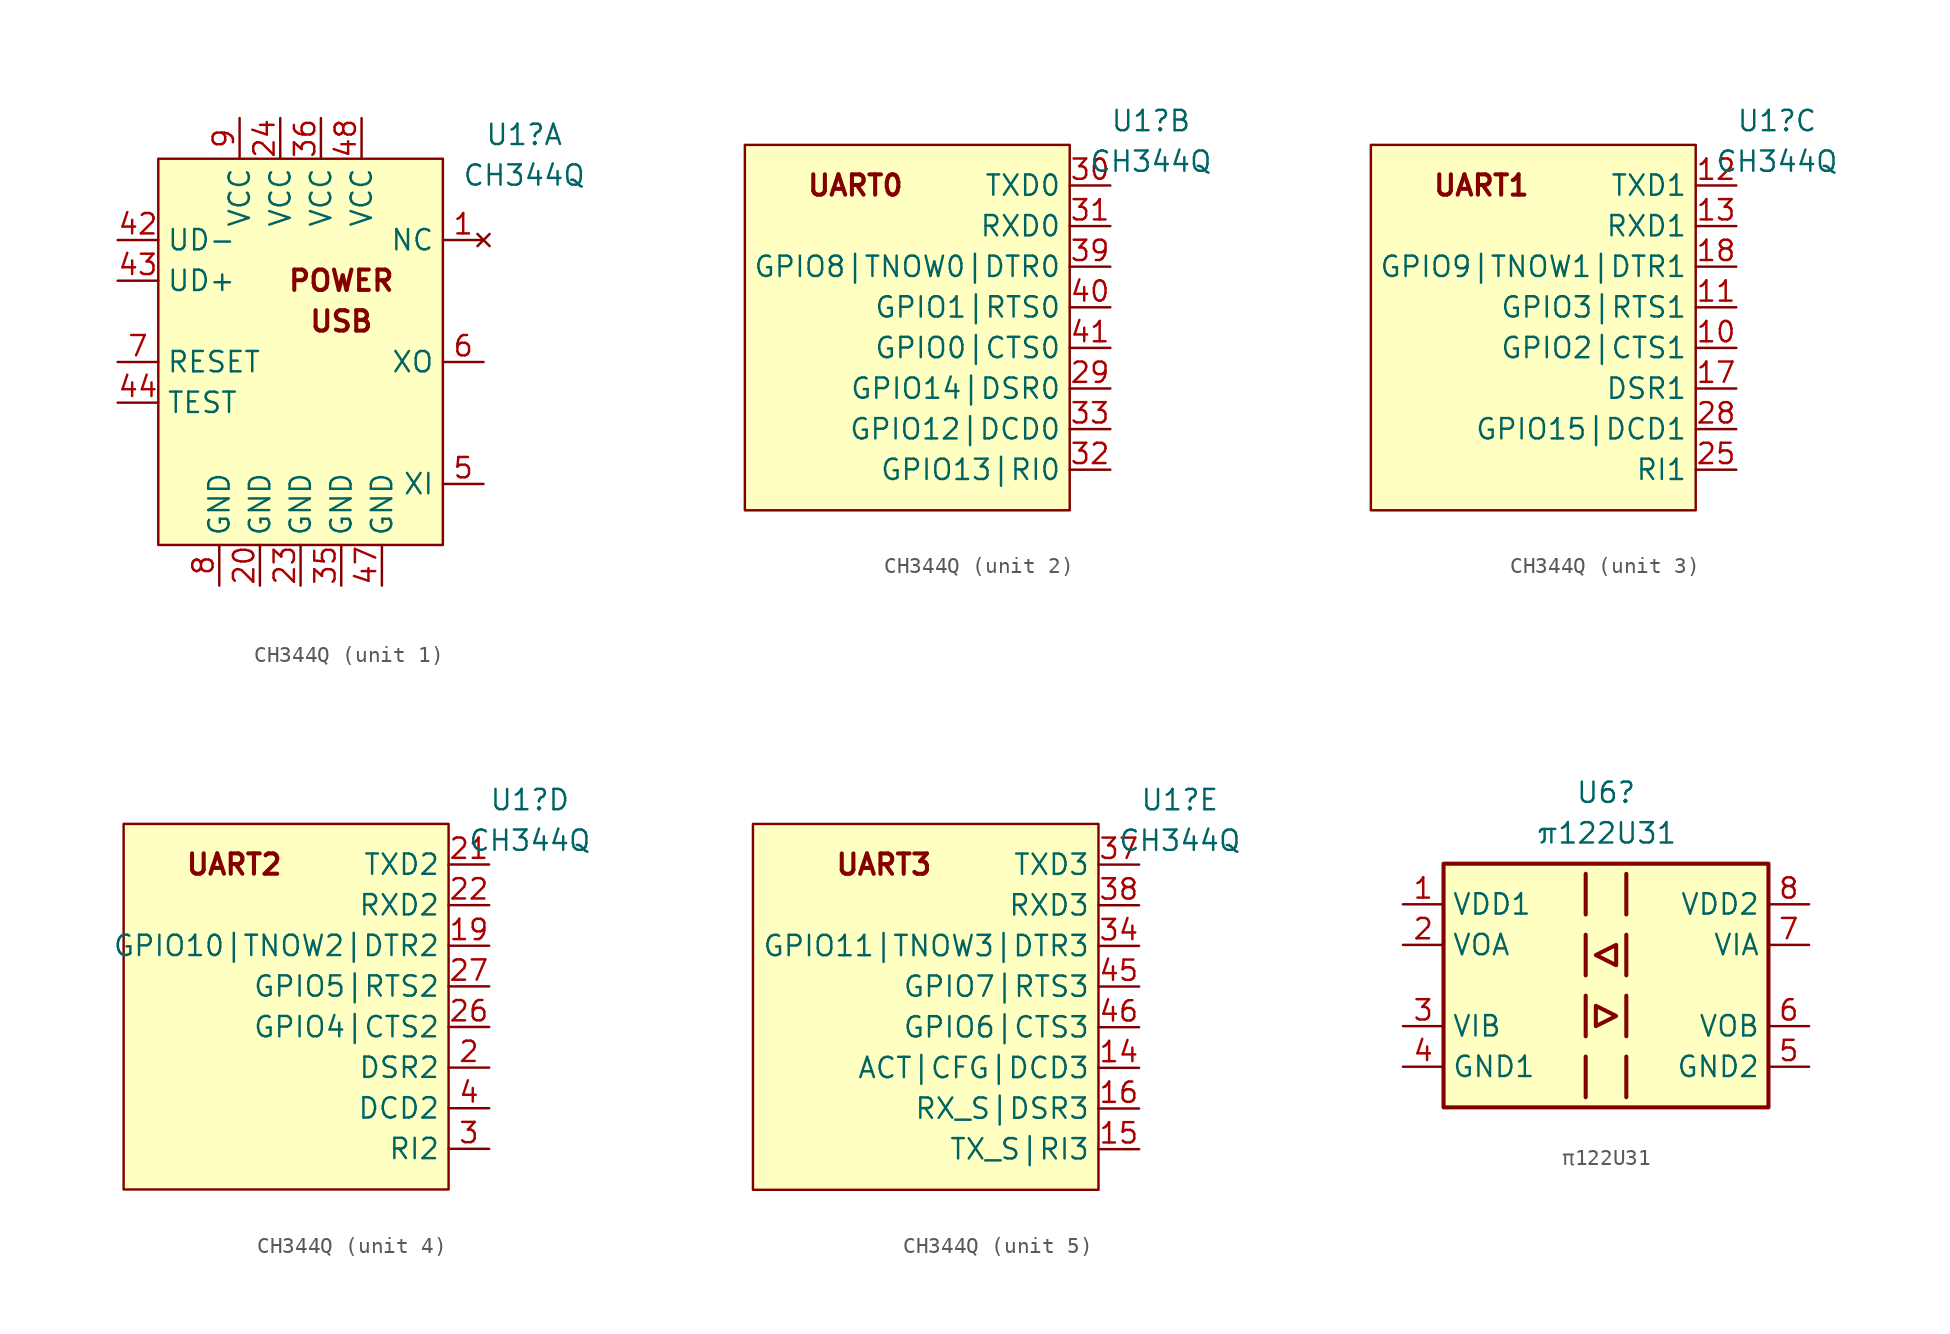
<source format=kicad_sym>
(kicad_symbol_lib
  (version 20220914)
  (generator kicad_symbol_editor)
  (symbol "CH344Q"
    (property "Reference" "U1"
      (at 13.97 9.119 0)
      (effects (font (size 1.27 1.27))))
    (property "Value" "CH344Q"
      (at 13.97 6.579 0)
      (effects (font (size 1.27 1.27))))
    (property "ki_locked" ""
      (at 0 0 0)
      (effects (font (size 1.27 1.27))))
    (symbol "CH344Q_1_0"
      (text "POWER" (at 2.54 0 0) (effects (font (size 1.27 1.27) bold)))
      (text "USB" (at 2.54 -2.54 0) (effects (font (size 1.27 1.27) bold))))
    (symbol "CH344Q_1_1"
      (rectangle (start -8.89 7.62) (end 8.89 -16.51) (stroke (width 0) (type default)) (fill (type background)))
      (pin no_connect line (at 11.43 2.54 180) (length 2.54) (name "NC" (effects (font (size 1.27 1.27)))) (number "1" (effects (font (size 1.27 1.27)))))
      (pin power_in line (at -2.54 -19.05 90) (length 2.54) (name "GND" (effects (font (size 1.27 1.27)))) (number "20" (effects (font (size 1.27 1.27)))))
      (pin power_in line (at 0 -19.05 90) (length 2.54) (name "GND" (effects (font (size 1.27 1.27)))) (number "23" (effects (font (size 1.27 1.27)))))
      (pin power_in line (at -1.27 10.16 270) (length 2.54) (name "VCC" (effects (font (size 1.27 1.27)))) (number "24" (effects (font (size 1.27 1.27)))))
      (pin power_in line (at 2.54 -19.05 90) (length 2.54) (name "GND" (effects (font (size 1.27 1.27)))) (number "35" (effects (font (size 1.27 1.27)))))
      (pin power_in line (at 1.27 10.16 270) (length 2.54) (name "VCC" (effects (font (size 1.27 1.27)))) (number "36" (effects (font (size 1.27 1.27)))))
      (pin bidirectional line (at -11.43 2.54 0) (length 2.54) (name "UD-" (effects (font (size 1.27 1.27)))) (number "42" (effects (font (size 1.27 1.27)))))
      (pin bidirectional line (at -11.43 0 0) (length 2.54) (name "UD+" (effects (font (size 1.27 1.27)))) (number "43" (effects (font (size 1.27 1.27)))))
      (pin passive line (at -11.43 -7.62 0) (length 2.54) (name "TEST" (effects (font (size 1.27 1.27)))) (number "44" (effects (font (size 1.27 1.27)))))
      (pin power_in line (at 5.08 -19.05 90) (length 2.54) (name "GND" (effects (font (size 1.27 1.27)))) (number "47" (effects (font (size 1.27 1.27)))))
      (pin power_in line (at 3.81 10.16 270) (length 2.54) (name "VCC" (effects (font (size 1.27 1.27)))) (number "48" (effects (font (size 1.27 1.27)))))
      (pin passive line (at 11.43 -12.7 180) (length 2.54) (name "XI" (effects (font (size 1.27 1.27)))) (number "5" (effects (font (size 1.27 1.27)))))
      (pin passive line (at 11.43 -5.08 180) (length 2.54) (name "XO" (effects (font (size 1.27 1.27)))) (number "6" (effects (font (size 1.27 1.27)))))
      (pin input line (at -11.43 -5.08 0) (length 2.54) (name "RESET" (effects (font (size 1.27 1.27)))) (number "7" (effects (font (size 1.27 1.27)))))
      (pin power_in line (at -5.08 -19.05 90) (length 2.54) (name "GND" (effects (font (size 1.27 1.27)))) (number "8" (effects (font (size 1.27 1.27)))))
      (pin power_in line (at -3.81 10.16 270) (length 2.54) (name "VCC" (effects (font (size 1.27 1.27)))) (number "9" (effects (font (size 1.27 1.27))))))
    (symbol "CH344Q_2_0"
      (rectangle (start -11.43 7.62) (end 8.89 -15.24) (stroke (width 0) (type default)) (fill (type background)))
      (text "UART0" (at -7.62 5.08 0) (effects (font (size 1.27 1.27) bold) (justify left))))
    (symbol "CH344Q_2_1"
      (pin passive line (at 11.43 -7.62 180) (length 2.54) (name "GPIO14|DSR0" (effects (font (size 1.27 1.27)))) (number "29" (effects (font (size 1.27 1.27)))))
      (pin output line (at 11.43 5.08 180) (length 2.54) (name "TXD0" (effects (font (size 1.27 1.27)))) (number "30" (effects (font (size 1.27 1.27)))))
      (pin input line (at 11.43 2.54 180) (length 2.54) (name "RXD0" (effects (font (size 1.27 1.27)))) (number "31" (effects (font (size 1.27 1.27)))))
      (pin passive line (at 11.43 -12.7 180) (length 2.54) (name "GPIO13|RI0" (effects (font (size 1.27 1.27)))) (number "32" (effects (font (size 1.27 1.27)))))
      (pin passive line (at 11.43 -10.16 180) (length 2.54) (name "GPIO12|DCD0" (effects (font (size 1.27 1.27)))) (number "33" (effects (font (size 1.27 1.27)))))
      (pin passive line (at 11.43 0 180) (length 2.54) (name "GPIO8|TNOW0|DTR0" (effects (font (size 1.27 1.27)))) (number "39" (effects (font (size 1.27 1.27)))))
      (pin passive line (at 11.43 -2.54 180) (length 2.54) (name "GPIO1|RTS0" (effects (font (size 1.27 1.27)))) (number "40" (effects (font (size 1.27 1.27)))))
      (pin passive line (at 11.43 -5.08 180) (length 2.54) (name "GPIO0|CTS0" (effects (font (size 1.27 1.27)))) (number "41" (effects (font (size 1.27 1.27))))))
    (symbol "CH344Q_3_0"
      (rectangle (start -11.43 7.62) (end 8.89 -15.24) (stroke (width 0) (type default)) (fill (type background)))
      (text "UART1" (at -7.62 5.08 0) (effects (font (size 1.27 1.27) bold) (justify left))))
    (symbol "CH344Q_3_1"
      (pin output line (at 11.43 -5.08 180) (length 2.54) (name "GPIO2|CTS1" (effects (font (size 1.27 1.27)))) (number "10" (effects (font (size 1.27 1.27)))))
      (pin output line (at 11.43 -2.54 180) (length 2.54) (name "GPIO3|RTS1" (effects (font (size 1.27 1.27)))) (number "11" (effects (font (size 1.27 1.27)))))
      (pin output line (at 11.43 5.08 180) (length 2.54) (name "TXD1" (effects (font (size 1.27 1.27)))) (number "12" (effects (font (size 1.27 1.27)))))
      (pin input line (at 11.43 2.54 180) (length 2.54) (name "RXD1" (effects (font (size 1.27 1.27)))) (number "13" (effects (font (size 1.27 1.27)))))
      (pin passive line (at 11.43 -7.62 180) (length 2.54) (name "DSR1" (effects (font (size 1.27 1.27)))) (number "17" (effects (font (size 1.27 1.27)))))
      (pin output line (at 11.43 0 180) (length 2.54) (name "GPIO9|TNOW1|DTR1" (effects (font (size 1.27 1.27)))) (number "18" (effects (font (size 1.27 1.27)))))
      (pin passive line (at 11.43 -12.7 180) (length 2.54) (name "RI1" (effects (font (size 1.27 1.27)))) (number "25" (effects (font (size 1.27 1.27)))))
      (pin passive line (at 11.43 -10.16 180) (length 2.54) (name "GPIO15|DCD1" (effects (font (size 1.27 1.27)))) (number "28" (effects (font (size 1.27 1.27))))))
    (symbol "CH344Q_4_0"
      (rectangle (start -11.43 7.62) (end 8.89 -15.24) (stroke (width 0) (type default)) (fill (type background)))
      (text "UART2" (at -7.62 5.08 0) (effects (font (size 1.27 1.27) bold) (justify left))))
    (symbol "CH344Q_4_1"
      (pin passive line (at 11.43 0 180) (length 2.54) (name "GPIO10|TNOW2|DTR2" (effects (font (size 1.27 1.27)))) (number "19" (effects (font (size 1.27 1.27)))))
      (pin passive line (at 11.43 -7.62 180) (length 2.54) (name "DSR2" (effects (font (size 1.27 1.27)))) (number "2" (effects (font (size 1.27 1.27)))))
      (pin output line (at 11.43 5.08 180) (length 2.54) (name "TXD2" (effects (font (size 1.27 1.27)))) (number "21" (effects (font (size 1.27 1.27)))))
      (pin input line (at 11.43 2.54 180) (length 2.54) (name "RXD2" (effects (font (size 1.27 1.27)))) (number "22" (effects (font (size 1.27 1.27)))))
      (pin passive line (at 11.43 -5.08 180) (length 2.54) (name "GPIO4|CTS2" (effects (font (size 1.27 1.27)))) (number "26" (effects (font (size 1.27 1.27)))))
      (pin passive line (at 11.43 -2.54 180) (length 2.54) (name "GPIO5|RTS2" (effects (font (size 1.27 1.27)))) (number "27" (effects (font (size 1.27 1.27)))))
      (pin passive line (at 11.43 -12.7 180) (length 2.54) (name "RI2" (effects (font (size 1.27 1.27)))) (number "3" (effects (font (size 1.27 1.27)))))
      (pin passive line (at 11.43 -10.16 180) (length 2.54) (name "DCD2" (effects (font (size 1.27 1.27)))) (number "4" (effects (font (size 1.27 1.27))))))
    (symbol "CH344Q_5_0"
      (rectangle (start -12.7 7.62) (end 8.89 -15.24) (stroke (width 0) (type default)) (fill (type background)))
      (text "UART3" (at -7.62 5.08 0) (effects (font (size 1.27 1.27) bold) (justify left))))
    (symbol "CH344Q_5_1"
      (pin passive line (at 11.43 -7.62 180) (length 2.54) (name "ACT|CFG|DCD3" (effects (font (size 1.27 1.27)))) (number "14" (effects (font (size 1.27 1.27)))))
      (pin passive line (at 11.43 -12.7 180) (length 2.54) (name "TX_S|RI3" (effects (font (size 1.27 1.27)))) (number "15" (effects (font (size 1.27 1.27)))))
      (pin passive line (at 11.43 -10.16 180) (length 2.54) (name "RX_S|DSR3" (effects (font (size 1.27 1.27)))) (number "16" (effects (font (size 1.27 1.27)))))
      (pin passive line (at 11.43 0 180) (length 2.54) (name "GPIO11|TNOW3|DTR3" (effects (font (size 1.27 1.27)))) (number "34" (effects (font (size 1.27 1.27)))))
      (pin output line (at 11.43 5.08 180) (length 2.54) (name "TXD3" (effects (font (size 1.27 1.27)))) (number "37" (effects (font (size 1.27 1.27)))))
      (pin input line (at 11.43 2.54 180) (length 2.54) (name "RXD3" (effects (font (size 1.27 1.27)))) (number "38" (effects (font (size 1.27 1.27)))))
      (pin passive line (at 11.43 -2.54 180) (length 2.54) (name "GPIO7|RTS3" (effects (font (size 1.27 1.27)))) (number "45" (effects (font (size 1.27 1.27)))))
      (pin passive line (at 11.43 -5.08 180) (length 2.54) (name "GPIO6|CTS3" (effects (font (size 1.27 1.27)))) (number "46" (effects (font (size 1.27 1.27)))))))
  (symbol "π122U31"
    (property "Reference" "U6"
      (at 0 12.065 0)
      (effects (font (size 1.27 1.27))))
    (property "Value" "π122U31"
      (at 0 9.525 0)
      (effects (font (size 1.27 1.27))))
    (symbol "π122U31_0_1"
      (rectangle (start -10.16 7.62) (end 10.16 -7.62) (stroke (width 0.254) (type default)) (fill (type background)))
      (polyline (pts (xy -1.27 -4.445) (xy -1.27 -6.985)) (stroke (width 0.254) (type default)) (fill (type none)))
      (polyline (pts (xy -1.27 -0.635) (xy -1.27 -3.175)) (stroke (width 0.254) (type default)) (fill (type none)))
      (polyline (pts (xy -1.27 3.175) (xy -1.27 0.635)) (stroke (width 0.254) (type default)) (fill (type none)))
      (polyline (pts (xy -1.27 6.985) (xy -1.27 4.445)) (stroke (width 0.254) (type default)) (fill (type none)))
      (polyline (pts (xy 1.27 -4.445) (xy 1.27 -6.985)) (stroke (width 0.254) (type default)) (fill (type none)))
      (polyline (pts (xy 1.27 -0.635) (xy 1.27 -3.175)) (stroke (width 0.254) (type default)) (fill (type none)))
      (polyline (pts (xy 1.27 3.175) (xy 1.27 0.635)) (stroke (width 0.254) (type default)) (fill (type none)))
      (polyline (pts (xy 1.27 6.985) (xy 1.27 4.445)) (stroke (width 0.254) (type default)) (fill (type none)))
      (polyline (pts (xy -0.635 -1.27) (xy -0.635 -2.54) (xy 0.635 -1.905) (xy -0.635 -1.27)) (stroke (width 0.254) (type default)) (fill (type none)))
      (polyline (pts (xy 0.635 1.27) (xy -0.635 1.905) (xy 0.635 2.54) (xy 0.635 1.27)) (stroke (width 0.254) (type default)) (fill (type none))))
    (symbol "π122U31_1_1"
      (pin power_in line (at -12.7 5.08 0) (length 2.54) (name "VDD1" (effects (font (size 1.27 1.27)))) (number "1" (effects (font (size 1.27 1.27)))))
      (pin output line (at -12.7 2.54 0) (length 2.54) (name "VOA" (effects (font (size 1.27 1.27)))) (number "2" (effects (font (size 1.27 1.27)))))
      (pin input line (at -12.7 -2.54 0) (length 2.54) (name "VIB" (effects (font (size 1.27 1.27)))) (number "3" (effects (font (size 1.27 1.27)))))
      (pin power_in line (at -12.7 -5.08 0) (length 2.54) (name "GND1" (effects (font (size 1.27 1.27)))) (number "4" (effects (font (size 1.27 1.27)))))
      (pin power_in line (at 12.7 -5.08 180) (length 2.54) (name "GND2" (effects (font (size 1.27 1.27)))) (number "5" (effects (font (size 1.27 1.27)))))
      (pin output line (at 12.7 -2.54 180) (length 2.54) (name "VOB" (effects (font (size 1.27 1.27)))) (number "6" (effects (font (size 1.27 1.27)))))
      (pin input line (at 12.7 2.54 180) (length 2.54) (name "VIA" (effects (font (size 1.27 1.27)))) (number "7" (effects (font (size 1.27 1.27)))))
      (pin power_in line (at 12.7 5.08 180) (length 2.54) (name "VDD2" (effects (font (size 1.27 1.27)))) (number "8" (effects (font (size 1.27 1.27))))))))
</source>
